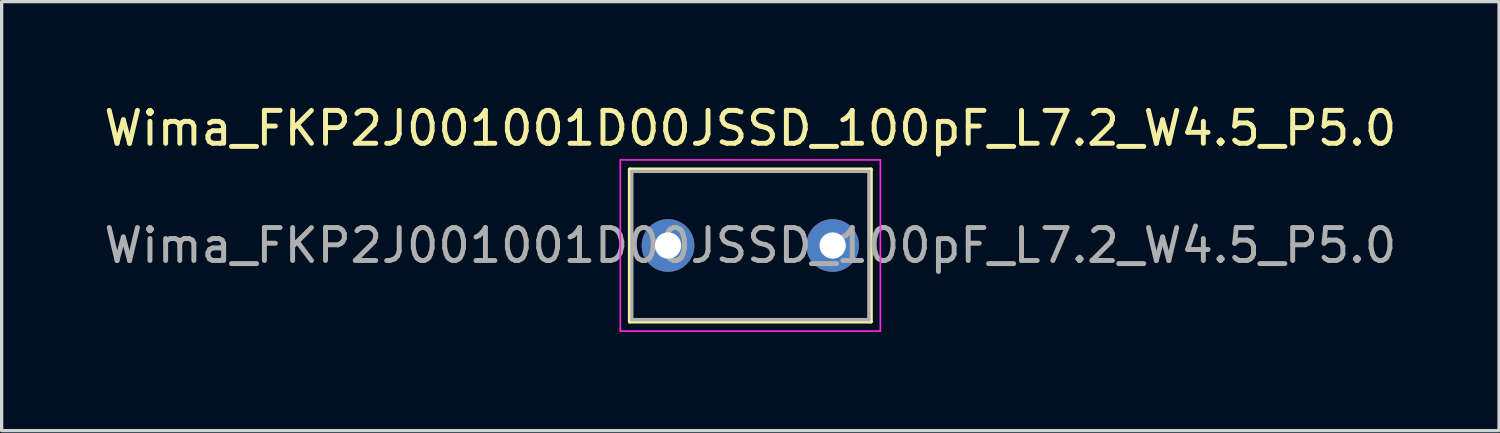
<source format=kicad_pcb>
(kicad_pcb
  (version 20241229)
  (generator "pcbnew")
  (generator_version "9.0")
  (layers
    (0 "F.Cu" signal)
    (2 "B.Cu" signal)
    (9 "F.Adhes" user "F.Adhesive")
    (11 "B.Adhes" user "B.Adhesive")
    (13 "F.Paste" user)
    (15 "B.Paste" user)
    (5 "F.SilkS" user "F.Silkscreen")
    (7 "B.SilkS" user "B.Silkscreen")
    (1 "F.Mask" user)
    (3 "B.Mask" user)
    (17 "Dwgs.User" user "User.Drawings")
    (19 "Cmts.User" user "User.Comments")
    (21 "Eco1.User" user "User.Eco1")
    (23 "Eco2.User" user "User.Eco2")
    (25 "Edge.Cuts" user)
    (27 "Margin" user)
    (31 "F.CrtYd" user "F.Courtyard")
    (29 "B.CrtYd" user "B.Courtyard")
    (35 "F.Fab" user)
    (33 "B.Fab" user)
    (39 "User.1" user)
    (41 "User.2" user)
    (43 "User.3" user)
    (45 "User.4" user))
  (footprint "Wima_FKP2J001001D00JSSD_100pF_L7.2_W4.5_P5.0"
    (layer "F.Cu")
    (at 17.244 4.408)
    (property "Reference" "Wima_FKP2J001001D00JSSD_100pF_L7.2_W4.5_P5.0" (at 2.5 -3.56 0) (layer "F.SilkS") (effects (font (size 1 1) (thickness 0.15))))
    (attr through_hole)
    (fp_line (start -1.16 -2.31) (end -1.16 2.31) (stroke (width 0.12) (type solid)) (layer "F.SilkS"))
    (fp_line (start -1.16 -2.31) (end 6.16 -2.31) (stroke (width 0.12) (type solid)) (layer "F.SilkS"))
    (fp_line (start -1.16 2.31) (end 6.16 2.31) (stroke (width 0.12) (type solid)) (layer "F.SilkS"))
    (fp_line (start 6.16 -2.31) (end 6.16 2.31) (stroke (width 0.12) (type solid)) (layer "F.SilkS"))
    (fp_line (start -1.45 -2.6) (end -1.45 2.6) (stroke (width 0.05) (type solid)) (layer "F.CrtYd"))
    (fp_line (start -1.45 2.6) (end 6.45 2.6) (stroke (width 0.05) (type solid)) (layer "F.CrtYd"))
    (fp_line (start 6.45 -2.6) (end -1.45 -2.6) (stroke (width 0.05) (type solid)) (layer "F.CrtYd"))
    (fp_line (start 6.45 2.6) (end 6.45 -2.6) (stroke (width 0.05) (type solid)) (layer "F.CrtYd"))
    (fp_line (start -1.1 -2.25) (end -1.1 2.25) (stroke (width 0.1) (type solid)) (layer "F.Fab"))
    (fp_line (start -1.1 2.25) (end 6.1 2.25) (stroke (width 0.1) (type solid)) (layer "F.Fab"))
    (fp_line (start 6.1 -2.25) (end -1.1 -2.25) (stroke (width 0.1) (type solid)) (layer "F.Fab"))
    (fp_line (start 6.1 2.25) (end 6.1 -2.25) (stroke (width 0.1) (type solid)) (layer "F.Fab"))
    (fp_text user "${REFERENCE}" (at 2.5 0 0) (layer "F.Fab") (effects (font (size 1 1) (thickness 0.15))))
    (pad "1" thru_hole circle (at 0 0) (size 1.6 1.6) (drill 0.8) (layers "*.Cu" "*.Mask"))
    (pad "2" thru_hole circle (at 5 0) (size 1.6 1.6) (drill 0.8) (layers "*.Cu" "*.Mask")))
  (gr_rect
    (start -3 -3)
    (end 42.488 10.033)
    (stroke (width 0.1) (type default))
    (fill no)
    (layer "Edge.Cuts")))
</source>
